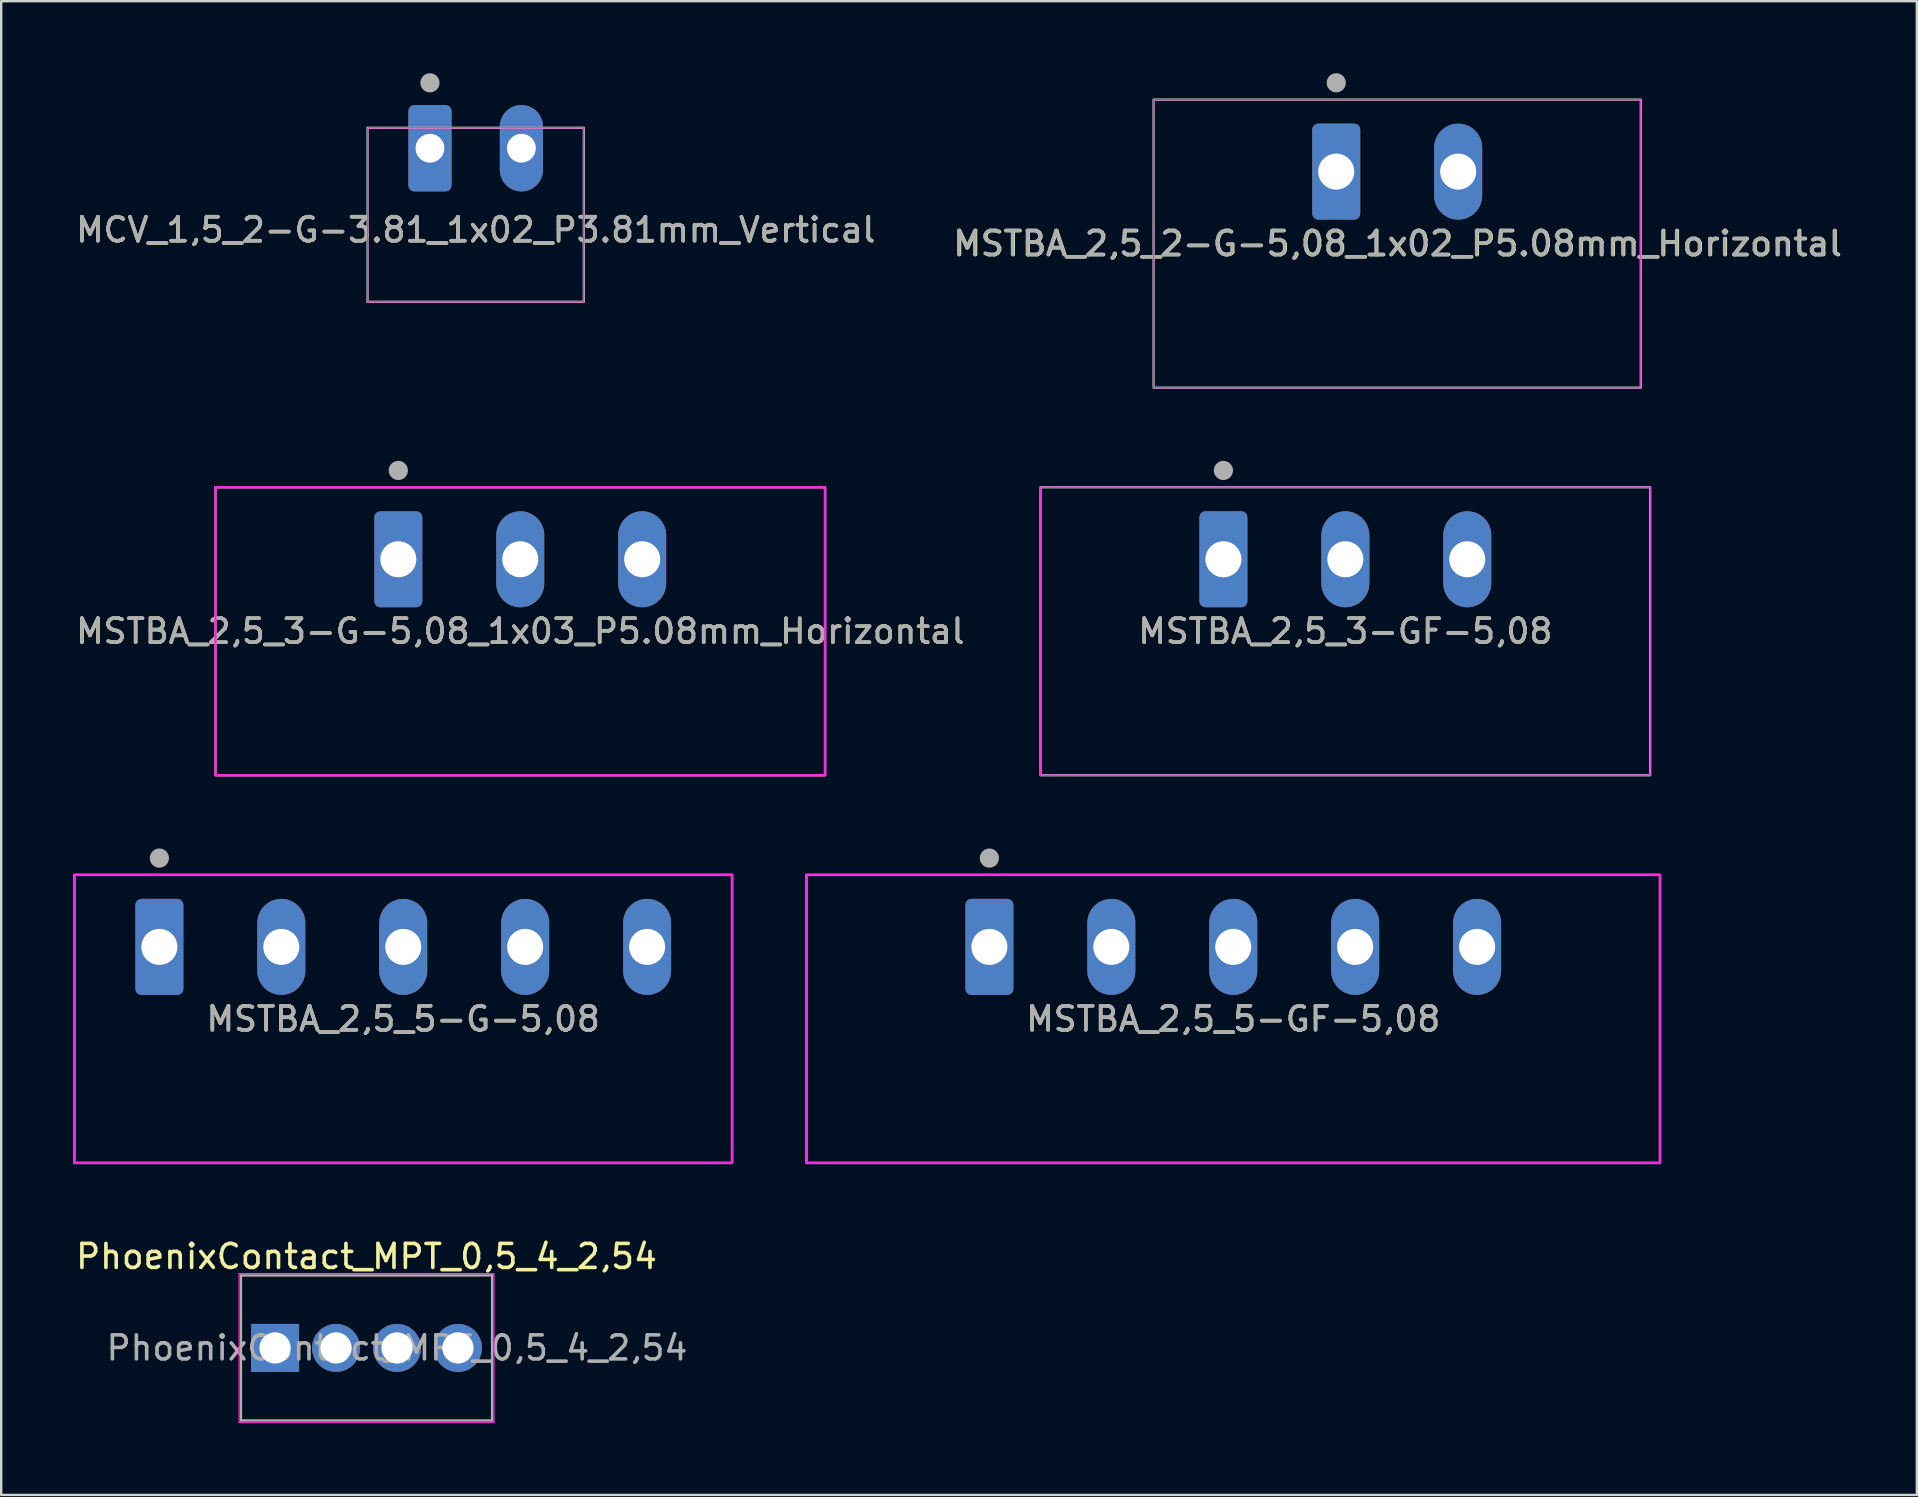
<source format=kicad_pcb>
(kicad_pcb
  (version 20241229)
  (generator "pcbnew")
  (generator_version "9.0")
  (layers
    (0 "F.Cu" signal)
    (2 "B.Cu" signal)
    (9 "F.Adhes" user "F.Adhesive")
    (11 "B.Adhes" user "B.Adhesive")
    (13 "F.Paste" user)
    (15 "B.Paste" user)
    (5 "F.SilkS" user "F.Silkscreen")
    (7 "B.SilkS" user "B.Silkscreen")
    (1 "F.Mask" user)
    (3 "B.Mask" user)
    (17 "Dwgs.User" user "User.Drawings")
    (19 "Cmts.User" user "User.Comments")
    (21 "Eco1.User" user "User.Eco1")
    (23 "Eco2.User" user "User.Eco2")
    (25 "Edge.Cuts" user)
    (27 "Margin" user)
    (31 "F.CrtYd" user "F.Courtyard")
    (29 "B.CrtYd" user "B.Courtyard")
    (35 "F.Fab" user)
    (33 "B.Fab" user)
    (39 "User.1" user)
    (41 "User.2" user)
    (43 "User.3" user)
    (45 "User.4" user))
  (footprint "MSTBA_2,5_3-GF-5,08"
    (layer "F.Cu")
    (at 53 23.25)
    (property "Reference" "MSTBA_2,5_3-GF-5,08" (at 0 0 0) (layer "F.SilkS") (effects (font (size 1 1) (thickness 0.15))))
    (attr through_hole)
    (fp_rect (start -12.7 -6) (end 12.7 6) (stroke (width 0.05) (type default)) (fill no) (layer "F.CrtYd"))
    (fp_rect (start -12.7 -6) (end 12.7 6) (stroke (width 0.1) (type default)) (fill no) (layer "F.Fab"))
    (fp_circle (center -5.08 -6.7) (end -4.88 -6.7) (stroke (width 0.4) (type default)) (fill no) (layer "F.Fab"))
    (fp_text user "${REFERENCE}" (at 0 0 0) (layer "F.Fab") (effects (font (size 1 1) (thickness 0.15))))
    (pad "1" thru_hole roundrect (at -5.08 -3) (size 2 4) (drill 1.5) (layers "*.Cu" "*.Mask") (roundrect_rratio 0.125))
    (pad "2" thru_hole oval (at 0 -3) (size 2 4) (drill 1.5) (layers "*.Cu" "*.Mask"))
    (pad "3" thru_hole oval (at 5.08 -3) (size 2 4) (drill 1.5) (layers "*.Cu" "*.Mask")))
  (footprint "MSTBA_2,5_5-G-5,08"
    (layer "F.Cu")
    (at 13.75 39.4)
    (property "Reference" "MSTBA_2,5_5-G-5,08" (at 0 0 0) (layer "F.SilkS") (effects (font (size 1 1) (thickness 0.15))))
    (attr through_hole)
    (fp_rect (start -13.7 -6) (end 13.7 6) (stroke (width 0.1) (type default)) (fill no) (layer "F.CrtYd"))
    (fp_rect (start -13.7 -6) (end 13.7 6) (stroke (width 0.1) (type default)) (fill no) (layer "F.Fab"))
    (fp_circle (center -10.16 -6.7) (end -9.96 -6.7) (stroke (width 0.4) (type default)) (fill no) (layer "F.Fab"))
    (fp_text user "${REFERENCE}" (at 0 0 0) (layer "F.Fab") (effects (font (size 1 1) (thickness 0.15))))
    (pad "1" thru_hole roundrect (at -10.16 -3) (size 2 4) (drill 1.5) (layers "*.Cu" "*.Mask") (roundrect_rratio 0.125))
    (pad "2" thru_hole oval (at -5.08 -3) (size 2 4) (drill 1.5) (layers "*.Cu" "*.Mask"))
    (pad "3" thru_hole oval (at 0 -3) (size 2 4) (drill 1.5) (layers "*.Cu" "*.Mask"))
    (pad "4" thru_hole oval (at 5.08 -3) (size 2 4) (drill 1.5) (layers "*.Cu" "*.Mask"))
    (pad "5" thru_hole oval (at 10.16 -3) (size 2 4) (drill 1.5) (layers "*.Cu" "*.Mask")))
  (footprint "MCV_1,5_2-G-3.81_1x02_P3.81mm_Vertical"
    (layer "F.Cu")
    (at 16.768 6.525)
    (property "Reference" "MCV_1,5_2-G-3.81_1x02_P3.81mm_Vertical" (at 0 0 0) (layer "F.SilkS") (effects (font (size 1 1) (thickness 0.15))))
    (attr through_hole)
    (fp_rect (start -4.5 -4.25) (end 4.5 3) (stroke (width 0.05) (type default)) (fill no) (layer "F.CrtYd"))
    (fp_line (start -4.505 -4.25) (end -4.505 3) (stroke (width 0.1) (type solid)) (layer "F.Fab"))
    (fp_line (start -4.505 3) (end 4.505 3) (stroke (width 0.1) (type solid)) (layer "F.Fab"))
    (fp_line (start 4.505 -4.25) (end -4.505 -4.25) (stroke (width 0.1) (type solid)) (layer "F.Fab"))
    (fp_line (start 4.505 3) (end 4.505 -4.25) (stroke (width 0.1) (type solid)) (layer "F.Fab"))
    (fp_circle (center -1.905 -6.125) (end -1.705 -6.125) (stroke (width 0.4) (type default)) (fill no) (layer "F.Fab"))
    (fp_text user "${REFERENCE}" (at 0 0 0) (layer "F.Fab") (effects (font (size 1 1) (thickness 0.15))))
    (pad "1" thru_hole roundrect (at -1.905 -3.4) (size 1.8 3.6) (drill 1.2) (layers "*.Cu" "*.Mask") (roundrect_rratio 0.14))
    (pad "2" thru_hole oval (at 1.905 -3.4) (size 1.8 3.6) (drill 1.2) (layers "*.Cu" "*.Mask")))
  (footprint "MSTBA_2,5_2-G-5,08_1x02_P5.08mm_Horizontal"
    (layer "F.Cu")
    (at 55.161 7.1)
    (property "Reference" "MSTBA_2,5_2-G-5,08_1x02_P5.08mm_Horizontal" (at 0.025 0 0) (layer "F.SilkS") (effects (font (size 1 1) (thickness 0.15))))
    (attr through_hole)
    (fp_rect (start -10.15 -6) (end 10.15 6) (stroke (width 0.05) (type default)) (fill no) (layer "F.CrtYd"))
    (fp_rect (start -10.15 -6) (end 10.15 6) (stroke (width 0.1) (type default)) (fill no) (layer "F.Fab"))
    (fp_circle (center -2.54 -6.7) (end -2.34 -6.7) (stroke (width 0.4) (type default)) (fill no) (layer "F.Fab"))
    (fp_text user "${REFERENCE}" (at 0 0 0) (layer "F.Fab") (effects (font (size 1 1) (thickness 0.15))))
    (pad "1" thru_hole roundrect (at -2.54 -3) (size 2 4) (drill 1.5) (layers "*.Cu" "*.Mask") (roundrect_rratio 0.125))
    (pad "2" thru_hole oval (at 2.54 -3) (size 2 4) (drill 1.5) (layers "*.Cu" "*.Mask")))
  (footprint "PhoenixContact_MPT_0,5_4_2,54"
    (layer "F.Cu")
    (at 12.22 53.108)
    (property "Reference" "PhoenixContact_MPT_0,5_4_2,54" (at 0 -3.81 0) (layer "F.SilkS") (effects (font (size 1 1) (thickness 0.15))))
    (attr through_hole)
    (fp_line (start -5.31 3.1) (end -5.31 -3.1) (stroke (width 0.05) (type solid)) (layer "F.CrtYd"))
    (fp_line (start -5.31 3.1) (end 5.31 3.1) (stroke (width 0.05) (type solid)) (layer "F.CrtYd"))
    (fp_line (start 5.31 -3.1) (end -5.31 -3.1) (stroke (width 0.05) (type solid)) (layer "F.CrtYd"))
    (fp_line (start 5.31 -3.1) (end 5.31 3.1) (stroke (width 0.05) (type solid)) (layer "F.CrtYd"))
    (fp_line (start -5.232 -3.023) (end 5.232 -3.023) (stroke (width 0.1) (type solid)) (layer "F.Fab"))
    (fp_line (start -5.232 3.023) (end -5.232 -3.023) (stroke (width 0.1) (type solid)) (layer "F.Fab"))
    (fp_line (start -5.232 3.023) (end 5.232 3.023) (stroke (width 0.1) (type solid)) (layer "F.Fab"))
    (fp_line (start 5.232 3.023) (end 5.232 -3.023) (stroke (width 0.1) (type solid)) (layer "F.Fab"))
    (fp_text user "${REFERENCE}" (at 1.27 0 180) (layer "F.Fab") (effects (font (size 1 1) (thickness 0.15))))
    (pad "1" thru_hole rect (at -3.81 0 90) (size 2 2) (drill 1.3) (layers "*.Cu" "*.Mask"))
    (pad "2" thru_hole oval (at -1.27 0 90) (size 2 2) (drill 1.3) (layers "*.Cu" "*.Mask"))
    (pad "3" thru_hole oval (at 1.27 0 90) (size 2 2) (drill 1.3) (layers "*.Cu" "*.Mask"))
    (pad "4" thru_hole oval (at 3.81 0 90) (size 2 2) (drill 1.3) (layers "*.Cu" "*.Mask")))
  (footprint "MSTBA_2,5_3-G-5,08_1x03_P5.08mm_Horizontal"
    (layer "F.Cu")
    (at 18.625 23.25)
    (property "Reference" "MSTBA_2,5_3-G-5,08_1x03_P5.08mm_Horizontal" (at 0 0 0) (layer "F.SilkS") (effects (font (size 1 1) (thickness 0.15))))
    (attr through_hole)
    (fp_rect (start -12.7 -6) (end 12.7 6) (stroke (width 0.1) (type default)) (fill no) (layer "F.CrtYd"))
    (fp_rect (start -12.7 -6) (end 12.7 6) (stroke (width 0.1) (type default)) (fill no) (layer "F.Fab"))
    (fp_circle (center -5.08 -6.7) (end -4.88 -6.7) (stroke (width 0.4) (type default)) (fill no) (layer "F.Fab"))
    (fp_text user "${REFERENCE}" (at 0 0 0) (layer "F.Fab") (effects (font (size 1 1) (thickness 0.15))))
    (pad "1" thru_hole roundrect (at -5.08 -3) (size 2 4) (drill 1.5) (layers "*.Cu" "*.Mask") (roundrect_rratio 0.125))
    (pad "2" thru_hole oval (at 0 -3) (size 2 4) (drill 1.5) (layers "*.Cu" "*.Mask"))
    (pad "3" thru_hole oval (at 5.08 -3) (size 2 4) (drill 1.5) (layers "*.Cu" "*.Mask")))
  (footprint "MSTBA_2,5_5-GF-5,08"
    (layer "F.Cu")
    (at 48.33 39.4)
    (property "Reference" "MSTBA_2,5_5-GF-5,08" (at 0 0 0) (layer "F.SilkS") (effects (font (size 1 1) (thickness 0.15))))
    (attr through_hole)
    (fp_rect (start -17.78 -6) (end 17.78 6) (stroke (width 0.1) (type default)) (fill no) (layer "F.CrtYd"))
    (fp_rect (start -17.78 -6) (end 17.78 6) (stroke (width 0.1) (type default)) (fill no) (layer "F.Fab"))
    (fp_circle (center -10.16 -6.7) (end -9.96 -6.7) (stroke (width 0.4) (type default)) (fill no) (layer "F.Fab"))
    (fp_text user "${REFERENCE}" (at 0 0 0) (layer "F.Fab") (effects (font (size 1 1) (thickness 0.15))))
    (pad "1" thru_hole roundrect (at -10.16 -3) (size 2 4) (drill 1.5) (layers "*.Cu" "*.Mask") (roundrect_rratio 0.125))
    (pad "2" thru_hole oval (at -5.08 -3) (size 2 4) (drill 1.5) (layers "*.Cu" "*.Mask"))
    (pad "3" thru_hole oval (at 0 -3) (size 2 4) (drill 1.5) (layers "*.Cu" "*.Mask"))
    (pad "4" thru_hole oval (at 5.08 -3) (size 2 4) (drill 1.5) (layers "*.Cu" "*.Mask"))
    (pad "5" thru_hole oval (at 10.16 -3) (size 2 4) (drill 1.5) (layers "*.Cu" "*.Mask")))
  (gr_rect
    (start -3 -3)
    (end 76.811 59.233)
    (stroke (width 0.1) (type default))
    (fill no)
    (layer "Edge.Cuts")))
</source>
